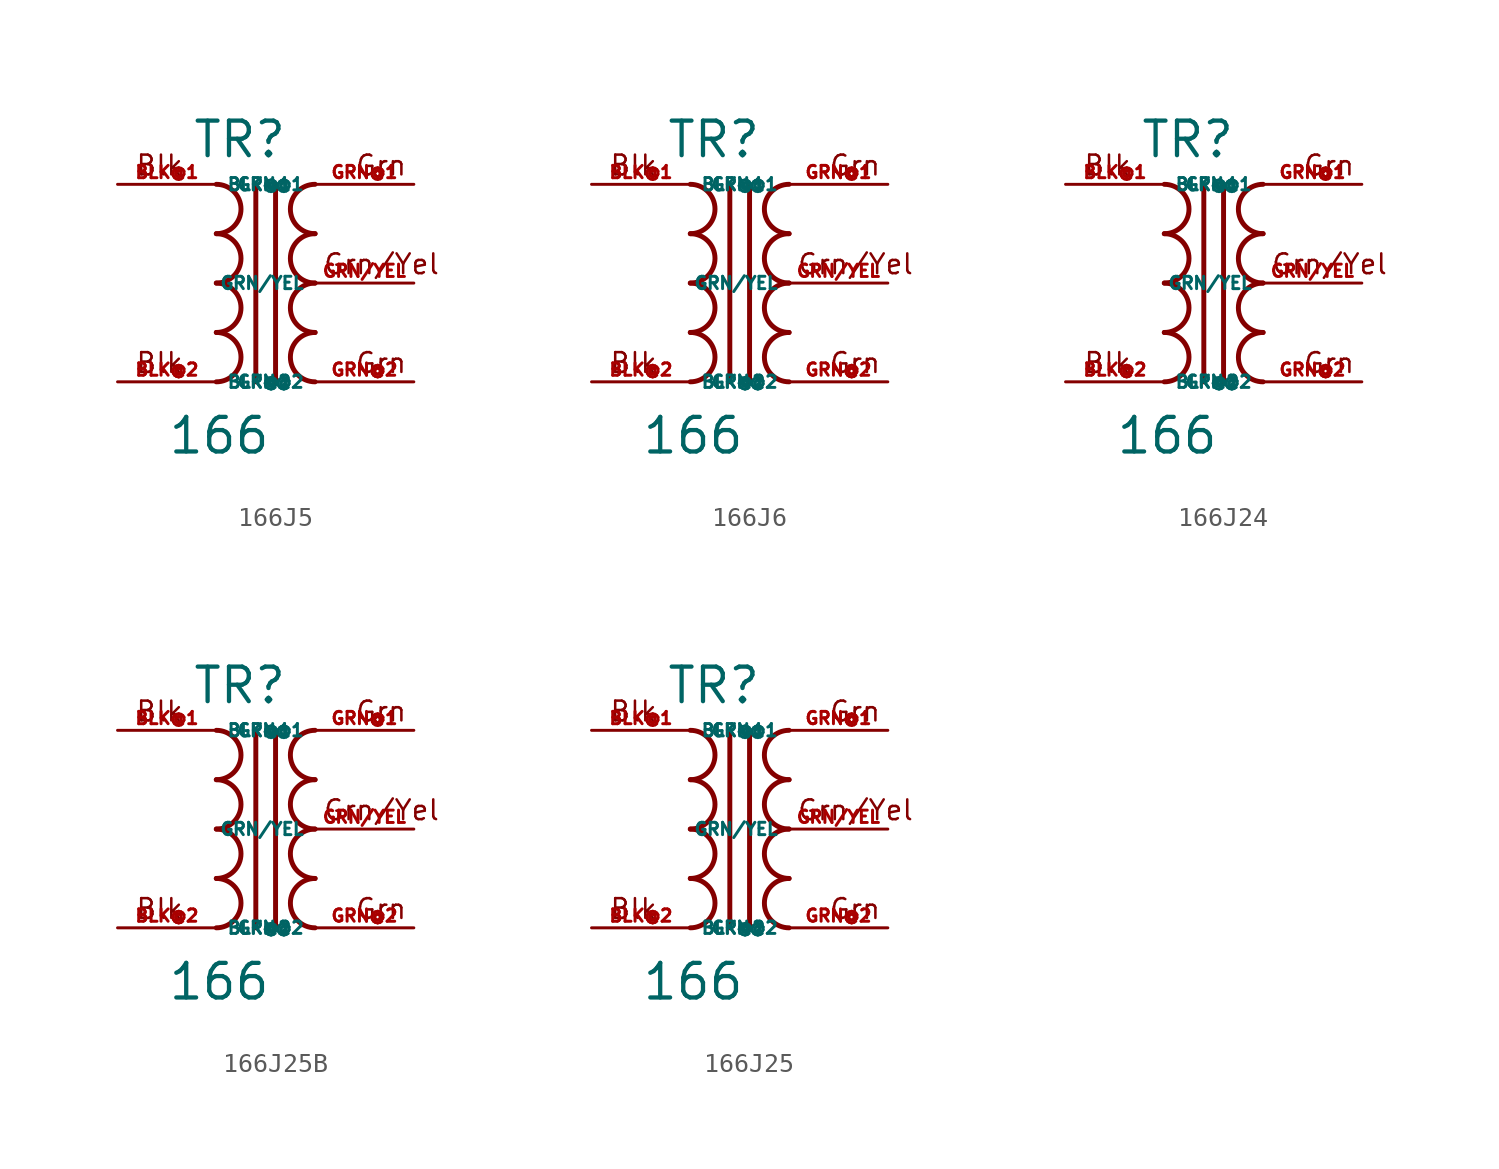
<source format=kicad_sym>
(kicad_symbol_lib
  (version 20220914)
  (generator Eagle2Kicad)
  (symbol "166J5"
    (property "Reference" "TR"
      (at -3.81 6.35 0)
      (effects (font (size 1.778 1.778) (thickness 0.22)) (justify left bottom)))
    (property "Value" "166"
      (at -5.08 -8.89 0)
      (effects (font (size 1.778 1.778) (thickness 0.22)) (justify left bottom)))
    (polyline
      (pts (xy -0.508 5.08) (xy -0.508 -5.08))
      (stroke (width 0.254) (type default))
      (fill (type none)))
    (arc
      (start -2.54 0)
      (mid -1.270 1.270)
      (end -2.54 2.54)
      (stroke (width 0.254) (type default))
      (fill (type none)))
    (arc
      (start -2.54 -2.54)
      (mid -1.270 -1.270)
      (end -2.54 0)
      (stroke (width 0.254) (type default))
      (fill (type none)))
    (arc
      (start -2.54 -5.08)
      (mid -1.270 -3.810)
      (end -2.54 -2.54)
      (stroke (width 0.254) (type default))
      (fill (type none)))
    (arc
      (start -2.54 2.54)
      (mid -1.270 3.810)
      (end -2.54 5.08)
      (stroke (width 0.254) (type default))
      (fill (type none)))
    (arc
      (start 2.54 2.54)
      (mid 1.270 1.270)
      (end 2.54 0)
      (stroke (width 0.254) (type default))
      (fill (type none)))
    (arc
      (start 2.54 5.08)
      (mid 1.270 3.810)
      (end 2.54 2.54)
      (stroke (width 0.254) (type default))
      (fill (type none)))
    (arc
      (start 2.54 0)
      (mid 1.270 -1.270)
      (end 2.54 -2.54)
      (stroke (width 0.254) (type default))
      (fill (type none)))
    (arc
      (start 2.54 -2.54)
      (mid 1.270 -3.810)
      (end 2.54 -5.08)
      (stroke (width 0.254) (type default))
      (fill (type none)))
    (polyline
      (pts (xy 0.508 5.08) (xy 0.508 -5.08))
      (stroke (width 0.254) (type default))
      (fill (type none)))
    (text "Blk"
      (at -6.731 5.461 0)
      (effects (font (size 1.016 1.016) (thickness 0.13)) (justify left bottom)))
    (text "Blk"
      (at -6.731 -4.699 0)
      (effects (font (size 1.016 1.016) (thickness 0.13)) (justify left bottom)))
    (text "Grn"
      (at 4.572 5.461 0)
      (effects (font (size 1.016 1.016) (thickness 0.13)) (justify left bottom)))
    (text "Grn"
      (at 4.572 -4.699 0)
      (effects (font (size 1.016 1.016) (thickness 0.13)) (justify left bottom)))
    (text "Grn/Yel"
      (at 2.921 0.381 0)
      (effects (font (size 1.016 1.016) (thickness 0.13)) (justify left bottom)))
    (pin passive line
      (at -7.62 5.08 0)
      (length 5.08)
      (name "BLK@1" (effects (font (size 0.635 0.635) (thickness 0.08)) (justify left bottom)))
      (number "BLK@1" (effects (font (size 0.635 0.635) (thickness 0.08)) (justify left bottom))))
    (pin passive line
      (at -7.62 -5.08 0)
      (length 5.08)
      (name "BLK@2" (effects (font (size 0.635 0.635) (thickness 0.08)) (justify left bottom)))
      (number "BLK@2" (effects (font (size 0.635 0.635) (thickness 0.08)) (justify left bottom))))
    (pin passive line
      (at 7.62 5.08 180)
      (length 5.08)
      (name "GRN@1" (effects (font (size 0.635 0.635) (thickness 0.08)) (justify left bottom)))
      (number "GRN@1" (effects (font (size 0.635 0.635) (thickness 0.08)) (justify left bottom))))
    (pin passive line
      (at 7.62 0 180)
      (length 5.08)
      (name "GRN/YEL" (effects (font (size 0.635 0.635) (thickness 0.08)) (justify left bottom)))
      (number "GRN/YEL" (effects (font (size 0.635 0.635) (thickness 0.08)) (justify left bottom))))
    (pin passive line
      (at 7.62 -5.08 180)
      (length 5.08)
      (name "GRN@2" (effects (font (size 0.635 0.635) (thickness 0.08)) (justify left bottom)))
      (number "GRN@2" (effects (font (size 0.635 0.635) (thickness 0.08)) (justify left bottom)))))
  (symbol "166J6"
    (property "Reference" "TR"
      (at -3.81 6.35 0)
      (effects (font (size 1.778 1.778) (thickness 0.22)) (justify left bottom)))
    (property "Value" "166"
      (at -5.08 -8.89 0)
      (effects (font (size 1.778 1.778) (thickness 0.22)) (justify left bottom)))
    (polyline
      (pts (xy -0.508 5.08) (xy -0.508 -5.08))
      (stroke (width 0.254) (type default))
      (fill (type none)))
    (arc
      (start -2.54 0)
      (mid -1.270 1.270)
      (end -2.54 2.54)
      (stroke (width 0.254) (type default))
      (fill (type none)))
    (arc
      (start -2.54 -2.54)
      (mid -1.270 -1.270)
      (end -2.54 0)
      (stroke (width 0.254) (type default))
      (fill (type none)))
    (arc
      (start -2.54 -5.08)
      (mid -1.270 -3.810)
      (end -2.54 -2.54)
      (stroke (width 0.254) (type default))
      (fill (type none)))
    (arc
      (start -2.54 2.54)
      (mid -1.270 3.810)
      (end -2.54 5.08)
      (stroke (width 0.254) (type default))
      (fill (type none)))
    (arc
      (start 2.54 2.54)
      (mid 1.270 1.270)
      (end 2.54 0)
      (stroke (width 0.254) (type default))
      (fill (type none)))
    (arc
      (start 2.54 5.08)
      (mid 1.270 3.810)
      (end 2.54 2.54)
      (stroke (width 0.254) (type default))
      (fill (type none)))
    (arc
      (start 2.54 0)
      (mid 1.270 -1.270)
      (end 2.54 -2.54)
      (stroke (width 0.254) (type default))
      (fill (type none)))
    (arc
      (start 2.54 -2.54)
      (mid 1.270 -3.810)
      (end 2.54 -5.08)
      (stroke (width 0.254) (type default))
      (fill (type none)))
    (polyline
      (pts (xy 0.508 5.08) (xy 0.508 -5.08))
      (stroke (width 0.254) (type default))
      (fill (type none)))
    (text "Blk"
      (at -6.731 5.461 0)
      (effects (font (size 1.016 1.016) (thickness 0.13)) (justify left bottom)))
    (text "Blk"
      (at -6.731 -4.699 0)
      (effects (font (size 1.016 1.016) (thickness 0.13)) (justify left bottom)))
    (text "Grn"
      (at 4.572 5.461 0)
      (effects (font (size 1.016 1.016) (thickness 0.13)) (justify left bottom)))
    (text "Grn"
      (at 4.572 -4.699 0)
      (effects (font (size 1.016 1.016) (thickness 0.13)) (justify left bottom)))
    (text "Grn/Yel"
      (at 2.921 0.381 0)
      (effects (font (size 1.016 1.016) (thickness 0.13)) (justify left bottom)))
    (pin passive line
      (at -7.62 5.08 0)
      (length 5.08)
      (name "BLK@1" (effects (font (size 0.635 0.635) (thickness 0.08)) (justify left bottom)))
      (number "BLK@1" (effects (font (size 0.635 0.635) (thickness 0.08)) (justify left bottom))))
    (pin passive line
      (at -7.62 -5.08 0)
      (length 5.08)
      (name "BLK@2" (effects (font (size 0.635 0.635) (thickness 0.08)) (justify left bottom)))
      (number "BLK@2" (effects (font (size 0.635 0.635) (thickness 0.08)) (justify left bottom))))
    (pin passive line
      (at 7.62 5.08 180)
      (length 5.08)
      (name "GRN@1" (effects (font (size 0.635 0.635) (thickness 0.08)) (justify left bottom)))
      (number "GRN@1" (effects (font (size 0.635 0.635) (thickness 0.08)) (justify left bottom))))
    (pin passive line
      (at 7.62 0 180)
      (length 5.08)
      (name "GRN/YEL" (effects (font (size 0.635 0.635) (thickness 0.08)) (justify left bottom)))
      (number "GRN/YEL" (effects (font (size 0.635 0.635) (thickness 0.08)) (justify left bottom))))
    (pin passive line
      (at 7.62 -5.08 180)
      (length 5.08)
      (name "GRN@2" (effects (font (size 0.635 0.635) (thickness 0.08)) (justify left bottom)))
      (number "GRN@2" (effects (font (size 0.635 0.635) (thickness 0.08)) (justify left bottom)))))
  (symbol "166J24"
    (property "Reference" "TR"
      (at -3.81 6.35 0)
      (effects (font (size 1.778 1.778) (thickness 0.22)) (justify left bottom)))
    (property "Value" "166"
      (at -5.08 -8.89 0)
      (effects (font (size 1.778 1.778) (thickness 0.22)) (justify left bottom)))
    (polyline
      (pts (xy -0.508 5.08) (xy -0.508 -5.08))
      (stroke (width 0.254) (type default))
      (fill (type none)))
    (arc
      (start -2.54 0)
      (mid -1.270 1.270)
      (end -2.54 2.54)
      (stroke (width 0.254) (type default))
      (fill (type none)))
    (arc
      (start -2.54 -2.54)
      (mid -1.270 -1.270)
      (end -2.54 0)
      (stroke (width 0.254) (type default))
      (fill (type none)))
    (arc
      (start -2.54 -5.08)
      (mid -1.270 -3.810)
      (end -2.54 -2.54)
      (stroke (width 0.254) (type default))
      (fill (type none)))
    (arc
      (start -2.54 2.54)
      (mid -1.270 3.810)
      (end -2.54 5.08)
      (stroke (width 0.254) (type default))
      (fill (type none)))
    (arc
      (start 2.54 2.54)
      (mid 1.270 1.270)
      (end 2.54 0)
      (stroke (width 0.254) (type default))
      (fill (type none)))
    (arc
      (start 2.54 5.08)
      (mid 1.270 3.810)
      (end 2.54 2.54)
      (stroke (width 0.254) (type default))
      (fill (type none)))
    (arc
      (start 2.54 0)
      (mid 1.270 -1.270)
      (end 2.54 -2.54)
      (stroke (width 0.254) (type default))
      (fill (type none)))
    (arc
      (start 2.54 -2.54)
      (mid 1.270 -3.810)
      (end 2.54 -5.08)
      (stroke (width 0.254) (type default))
      (fill (type none)))
    (polyline
      (pts (xy 0.508 5.08) (xy 0.508 -5.08))
      (stroke (width 0.254) (type default))
      (fill (type none)))
    (text "Blk"
      (at -6.731 5.461 0)
      (effects (font (size 1.016 1.016) (thickness 0.13)) (justify left bottom)))
    (text "Blk"
      (at -6.731 -4.699 0)
      (effects (font (size 1.016 1.016) (thickness 0.13)) (justify left bottom)))
    (text "Grn"
      (at 4.572 5.461 0)
      (effects (font (size 1.016 1.016) (thickness 0.13)) (justify left bottom)))
    (text "Grn"
      (at 4.572 -4.699 0)
      (effects (font (size 1.016 1.016) (thickness 0.13)) (justify left bottom)))
    (text "Grn/Yel"
      (at 2.921 0.381 0)
      (effects (font (size 1.016 1.016) (thickness 0.13)) (justify left bottom)))
    (pin passive line
      (at -7.62 5.08 0)
      (length 5.08)
      (name "BLK@1" (effects (font (size 0.635 0.635) (thickness 0.08)) (justify left bottom)))
      (number "BLK@1" (effects (font (size 0.635 0.635) (thickness 0.08)) (justify left bottom))))
    (pin passive line
      (at -7.62 -5.08 0)
      (length 5.08)
      (name "BLK@2" (effects (font (size 0.635 0.635) (thickness 0.08)) (justify left bottom)))
      (number "BLK@2" (effects (font (size 0.635 0.635) (thickness 0.08)) (justify left bottom))))
    (pin passive line
      (at 7.62 5.08 180)
      (length 5.08)
      (name "GRN@1" (effects (font (size 0.635 0.635) (thickness 0.08)) (justify left bottom)))
      (number "GRN@1" (effects (font (size 0.635 0.635) (thickness 0.08)) (justify left bottom))))
    (pin passive line
      (at 7.62 0 180)
      (length 5.08)
      (name "GRN/YEL" (effects (font (size 0.635 0.635) (thickness 0.08)) (justify left bottom)))
      (number "GRN/YEL" (effects (font (size 0.635 0.635) (thickness 0.08)) (justify left bottom))))
    (pin passive line
      (at 7.62 -5.08 180)
      (length 5.08)
      (name "GRN@2" (effects (font (size 0.635 0.635) (thickness 0.08)) (justify left bottom)))
      (number "GRN@2" (effects (font (size 0.635 0.635) (thickness 0.08)) (justify left bottom)))))
  (symbol "166J25B"
    (property "Reference" "TR"
      (at -3.81 6.35 0)
      (effects (font (size 1.778 1.778) (thickness 0.22)) (justify left bottom)))
    (property "Value" "166"
      (at -5.08 -8.89 0)
      (effects (font (size 1.778 1.778) (thickness 0.22)) (justify left bottom)))
    (polyline
      (pts (xy -0.508 5.08) (xy -0.508 -5.08))
      (stroke (width 0.254) (type default))
      (fill (type none)))
    (arc
      (start -2.54 0)
      (mid -1.270 1.270)
      (end -2.54 2.54)
      (stroke (width 0.254) (type default))
      (fill (type none)))
    (arc
      (start -2.54 -2.54)
      (mid -1.270 -1.270)
      (end -2.54 0)
      (stroke (width 0.254) (type default))
      (fill (type none)))
    (arc
      (start -2.54 -5.08)
      (mid -1.270 -3.810)
      (end -2.54 -2.54)
      (stroke (width 0.254) (type default))
      (fill (type none)))
    (arc
      (start -2.54 2.54)
      (mid -1.270 3.810)
      (end -2.54 5.08)
      (stroke (width 0.254) (type default))
      (fill (type none)))
    (arc
      (start 2.54 2.54)
      (mid 1.270 1.270)
      (end 2.54 0)
      (stroke (width 0.254) (type default))
      (fill (type none)))
    (arc
      (start 2.54 5.08)
      (mid 1.270 3.810)
      (end 2.54 2.54)
      (stroke (width 0.254) (type default))
      (fill (type none)))
    (arc
      (start 2.54 0)
      (mid 1.270 -1.270)
      (end 2.54 -2.54)
      (stroke (width 0.254) (type default))
      (fill (type none)))
    (arc
      (start 2.54 -2.54)
      (mid 1.270 -3.810)
      (end 2.54 -5.08)
      (stroke (width 0.254) (type default))
      (fill (type none)))
    (polyline
      (pts (xy 0.508 5.08) (xy 0.508 -5.08))
      (stroke (width 0.254) (type default))
      (fill (type none)))
    (text "Blk"
      (at -6.731 5.461 0)
      (effects (font (size 1.016 1.016) (thickness 0.13)) (justify left bottom)))
    (text "Blk"
      (at -6.731 -4.699 0)
      (effects (font (size 1.016 1.016) (thickness 0.13)) (justify left bottom)))
    (text "Grn"
      (at 4.572 5.461 0)
      (effects (font (size 1.016 1.016) (thickness 0.13)) (justify left bottom)))
    (text "Grn"
      (at 4.572 -4.699 0)
      (effects (font (size 1.016 1.016) (thickness 0.13)) (justify left bottom)))
    (text "Grn/Yel"
      (at 2.921 0.381 0)
      (effects (font (size 1.016 1.016) (thickness 0.13)) (justify left bottom)))
    (pin passive line
      (at -7.62 5.08 0)
      (length 5.08)
      (name "BLK@1" (effects (font (size 0.635 0.635) (thickness 0.08)) (justify left bottom)))
      (number "BLK@1" (effects (font (size 0.635 0.635) (thickness 0.08)) (justify left bottom))))
    (pin passive line
      (at -7.62 -5.08 0)
      (length 5.08)
      (name "BLK@2" (effects (font (size 0.635 0.635) (thickness 0.08)) (justify left bottom)))
      (number "BLK@2" (effects (font (size 0.635 0.635) (thickness 0.08)) (justify left bottom))))
    (pin passive line
      (at 7.62 5.08 180)
      (length 5.08)
      (name "GRN@1" (effects (font (size 0.635 0.635) (thickness 0.08)) (justify left bottom)))
      (number "GRN@1" (effects (font (size 0.635 0.635) (thickness 0.08)) (justify left bottom))))
    (pin passive line
      (at 7.62 0 180)
      (length 5.08)
      (name "GRN/YEL" (effects (font (size 0.635 0.635) (thickness 0.08)) (justify left bottom)))
      (number "GRN/YEL" (effects (font (size 0.635 0.635) (thickness 0.08)) (justify left bottom))))
    (pin passive line
      (at 7.62 -5.08 180)
      (length 5.08)
      (name "GRN@2" (effects (font (size 0.635 0.635) (thickness 0.08)) (justify left bottom)))
      (number "GRN@2" (effects (font (size 0.635 0.635) (thickness 0.08)) (justify left bottom)))))
  (symbol "166J25"
    (property "Reference" "TR"
      (at -3.81 6.35 0)
      (effects (font (size 1.778 1.778) (thickness 0.22)) (justify left bottom)))
    (property "Value" "166"
      (at -5.08 -8.89 0)
      (effects (font (size 1.778 1.778) (thickness 0.22)) (justify left bottom)))
    (polyline
      (pts (xy -0.508 5.08) (xy -0.508 -5.08))
      (stroke (width 0.254) (type default))
      (fill (type none)))
    (arc
      (start -2.54 0)
      (mid -1.270 1.270)
      (end -2.54 2.54)
      (stroke (width 0.254) (type default))
      (fill (type none)))
    (arc
      (start -2.54 -2.54)
      (mid -1.270 -1.270)
      (end -2.54 0)
      (stroke (width 0.254) (type default))
      (fill (type none)))
    (arc
      (start -2.54 -5.08)
      (mid -1.270 -3.810)
      (end -2.54 -2.54)
      (stroke (width 0.254) (type default))
      (fill (type none)))
    (arc
      (start -2.54 2.54)
      (mid -1.270 3.810)
      (end -2.54 5.08)
      (stroke (width 0.254) (type default))
      (fill (type none)))
    (arc
      (start 2.54 2.54)
      (mid 1.270 1.270)
      (end 2.54 0)
      (stroke (width 0.254) (type default))
      (fill (type none)))
    (arc
      (start 2.54 5.08)
      (mid 1.270 3.810)
      (end 2.54 2.54)
      (stroke (width 0.254) (type default))
      (fill (type none)))
    (arc
      (start 2.54 0)
      (mid 1.270 -1.270)
      (end 2.54 -2.54)
      (stroke (width 0.254) (type default))
      (fill (type none)))
    (arc
      (start 2.54 -2.54)
      (mid 1.270 -3.810)
      (end 2.54 -5.08)
      (stroke (width 0.254) (type default))
      (fill (type none)))
    (polyline
      (pts (xy 0.508 5.08) (xy 0.508 -5.08))
      (stroke (width 0.254) (type default))
      (fill (type none)))
    (text "Blk"
      (at -6.731 5.461 0)
      (effects (font (size 1.016 1.016) (thickness 0.13)) (justify left bottom)))
    (text "Blk"
      (at -6.731 -4.699 0)
      (effects (font (size 1.016 1.016) (thickness 0.13)) (justify left bottom)))
    (text "Grn"
      (at 4.572 5.461 0)
      (effects (font (size 1.016 1.016) (thickness 0.13)) (justify left bottom)))
    (text "Grn"
      (at 4.572 -4.699 0)
      (effects (font (size 1.016 1.016) (thickness 0.13)) (justify left bottom)))
    (text "Grn/Yel"
      (at 2.921 0.381 0)
      (effects (font (size 1.016 1.016) (thickness 0.13)) (justify left bottom)))
    (pin passive line
      (at -7.62 5.08 0)
      (length 5.08)
      (name "BLK@1" (effects (font (size 0.635 0.635) (thickness 0.08)) (justify left bottom)))
      (number "BLK@1" (effects (font (size 0.635 0.635) (thickness 0.08)) (justify left bottom))))
    (pin passive line
      (at -7.62 -5.08 0)
      (length 5.08)
      (name "BLK@2" (effects (font (size 0.635 0.635) (thickness 0.08)) (justify left bottom)))
      (number "BLK@2" (effects (font (size 0.635 0.635) (thickness 0.08)) (justify left bottom))))
    (pin passive line
      (at 7.62 5.08 180)
      (length 5.08)
      (name "GRN@1" (effects (font (size 0.635 0.635) (thickness 0.08)) (justify left bottom)))
      (number "GRN@1" (effects (font (size 0.635 0.635) (thickness 0.08)) (justify left bottom))))
    (pin passive line
      (at 7.62 0 180)
      (length 5.08)
      (name "GRN/YEL" (effects (font (size 0.635 0.635) (thickness 0.08)) (justify left bottom)))
      (number "GRN/YEL" (effects (font (size 0.635 0.635) (thickness 0.08)) (justify left bottom))))
    (pin passive line
      (at 7.62 -5.08 180)
      (length 5.08)
      (name "GRN@2" (effects (font (size 0.635 0.635) (thickness 0.08)) (justify left bottom)))
      (number "GRN@2" (effects (font (size 0.635 0.635) (thickness 0.08)) (justify left bottom))))))
</source>
